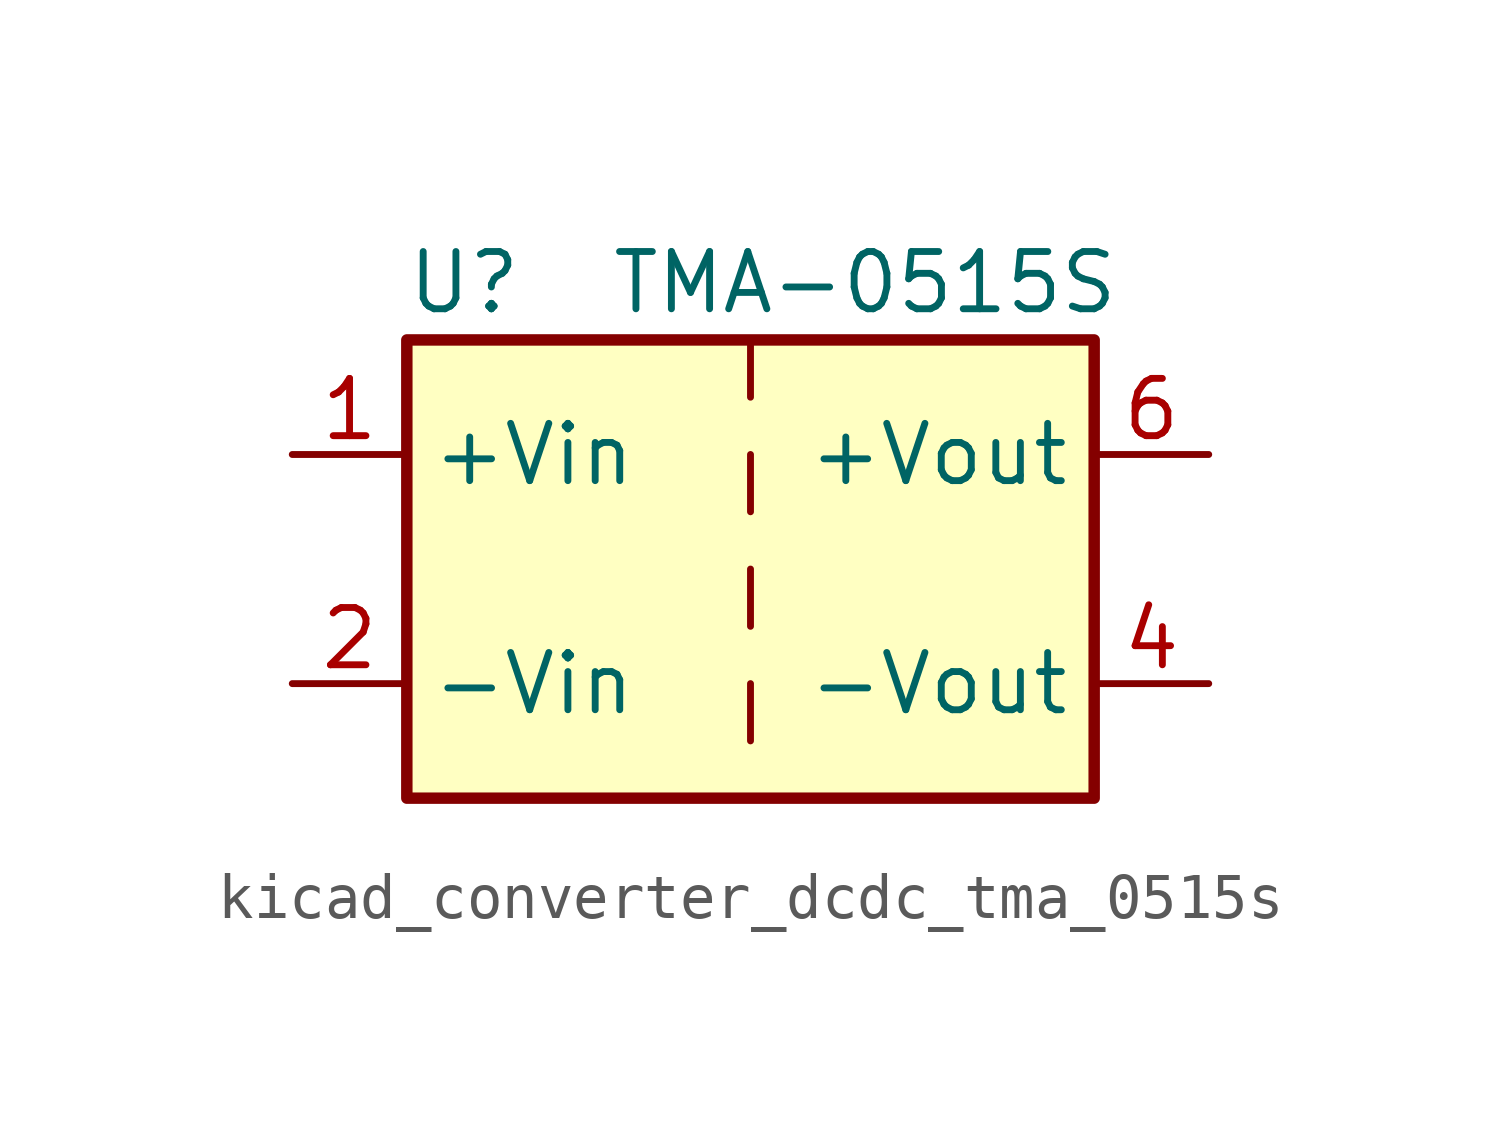
<source format=kicad_sym>
(kicad_symbol_lib
  (version 20220914)
  (generator kicad_symbol_editor)
  (symbol "kicad_converter_dcdc_tma_0515s"
    (property "Reference" "U"
      (at -6.35 6.35 0)
      (effects (font (size 1.27 1.27))))
    (property "Value" "TMA-0515S"
      (at 2.54 6.35 0)
      (effects (font (size 1.27 1.27))))
    (symbol "kicad_converter_dcdc_tma_0515s_0_1"
      (rectangle (start -7.62 5.08) (end 7.62 -5.08) (stroke (width 0.254) (type default)) (fill (type background)))
      (polyline (pts (xy 0 -2.54) (xy 0 -3.81)) (stroke (width 0) (type default)) (fill (type none)))
      (polyline (pts (xy 0 0) (xy 0 -1.27)) (stroke (width 0) (type default)) (fill (type none)))
      (polyline (pts (xy 0 2.54) (xy 0 1.27)) (stroke (width 0) (type default)) (fill (type none)))
      (polyline (pts (xy 0 5.08) (xy 0 3.81)) (stroke (width 0) (type default)) (fill (type none))))
    (symbol "kicad_converter_dcdc_tma_0515s_1_1"
      (pin power_in line (at -10.16 2.54 0) (length 2.54) (name "+Vin" (effects (font (size 1.27 1.27)))) (number "1" (effects (font (size 1.27 1.27)))))
      (pin power_in line (at -10.16 -2.54 0) (length 2.54) (name "-Vin" (effects (font (size 1.27 1.27)))) (number "2" (effects (font (size 1.27 1.27)))))
      (pin power_out line (at 10.16 -2.54 180) (length 2.54) (name "-Vout" (effects (font (size 1.27 1.27)))) (number "4" (effects (font (size 1.27 1.27)))))
      (pin power_out line (at 10.16 2.54 180) (length 2.54) (name "+Vout" (effects (font (size 1.27 1.27)))) (number "6" (effects (font (size 1.27 1.27))))))))
</source>
